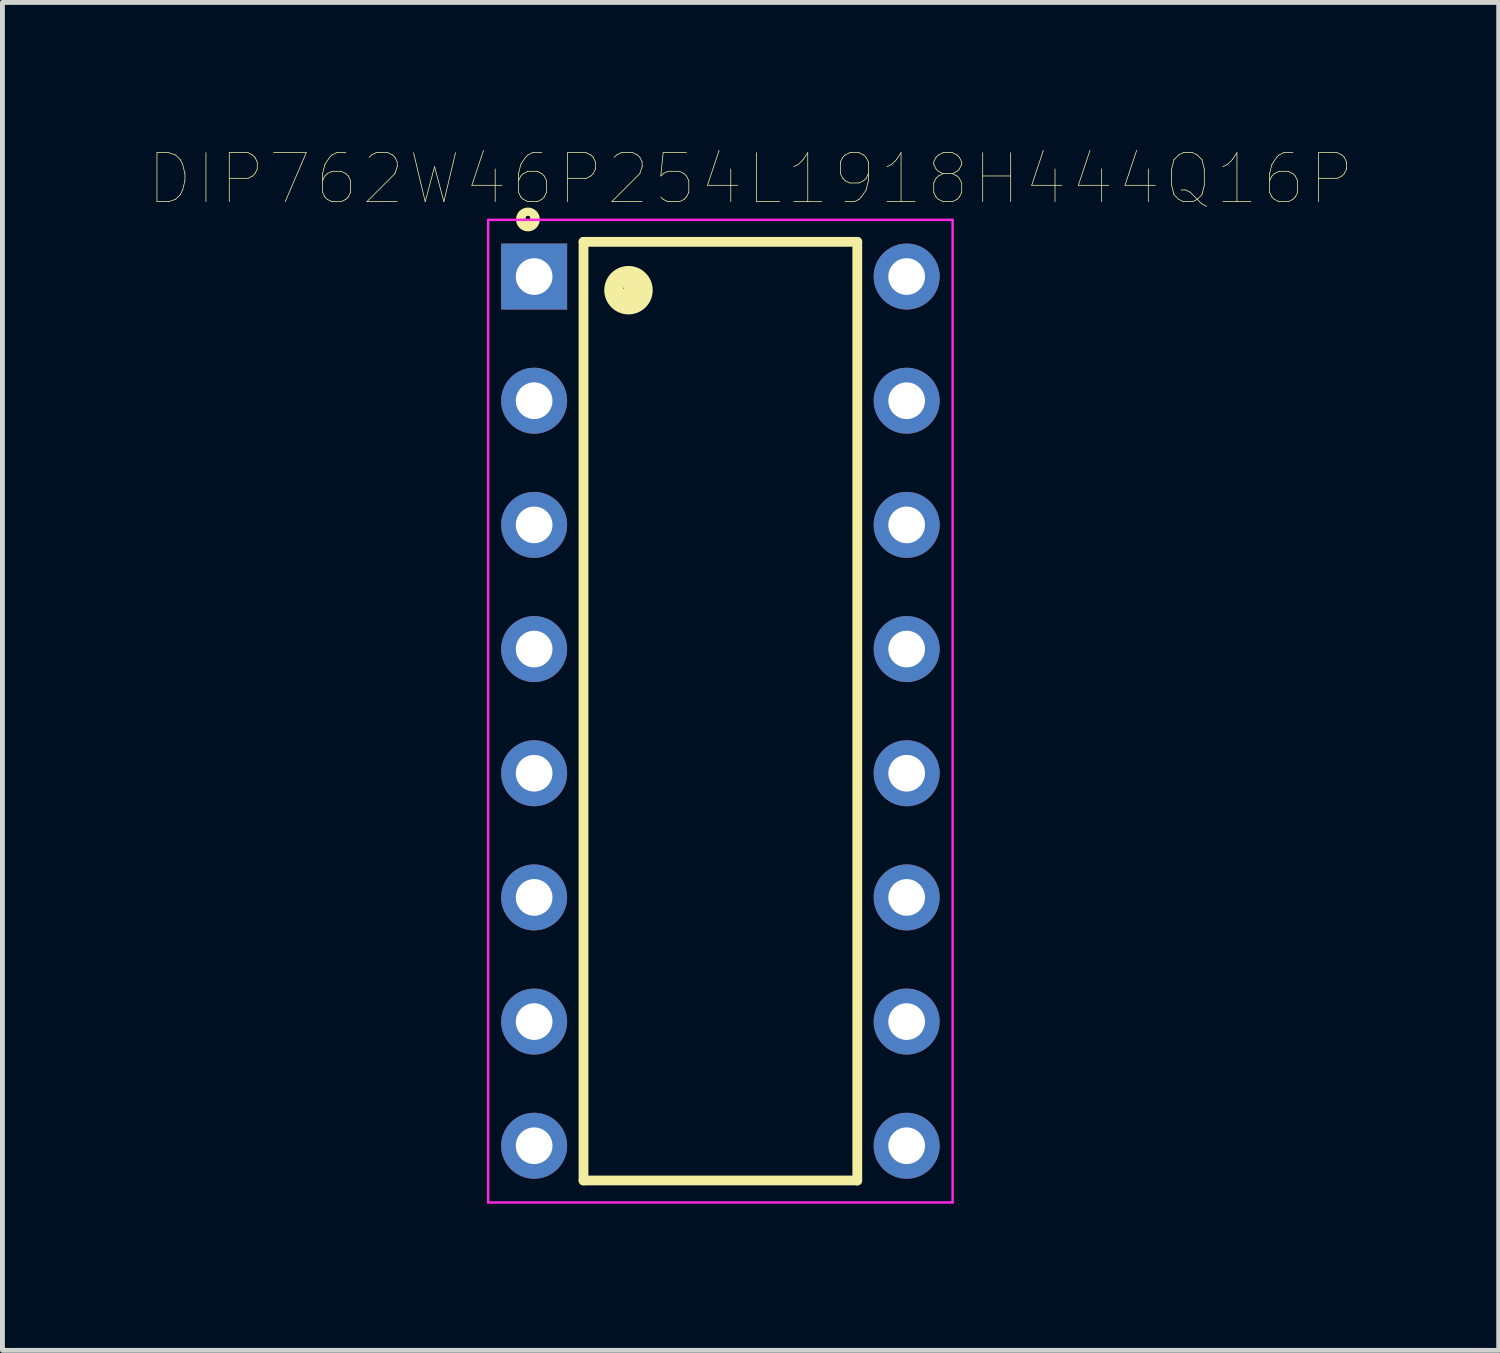
<source format=kicad_pcb>
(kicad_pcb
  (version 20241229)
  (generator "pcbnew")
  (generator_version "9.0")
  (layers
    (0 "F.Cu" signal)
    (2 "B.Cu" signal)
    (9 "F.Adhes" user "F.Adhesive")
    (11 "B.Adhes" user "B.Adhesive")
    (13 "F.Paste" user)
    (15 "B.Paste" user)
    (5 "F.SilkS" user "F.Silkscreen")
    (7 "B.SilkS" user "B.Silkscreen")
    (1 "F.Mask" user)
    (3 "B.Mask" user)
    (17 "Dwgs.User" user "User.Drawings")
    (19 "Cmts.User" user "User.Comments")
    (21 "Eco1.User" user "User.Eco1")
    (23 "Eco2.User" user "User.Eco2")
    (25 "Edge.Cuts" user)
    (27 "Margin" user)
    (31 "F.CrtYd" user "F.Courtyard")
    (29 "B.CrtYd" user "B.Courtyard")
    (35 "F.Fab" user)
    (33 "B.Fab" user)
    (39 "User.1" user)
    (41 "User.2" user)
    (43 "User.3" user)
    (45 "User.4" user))
  (footprint "DIP762W46P254L1918H444Q16P"
    (layer "F.Cu")
    (at 11.686 11.497)
    (property "Reference" "DIP762W46P254L1918H444Q16P" (at 0.618 -10.885 0) (layer "F.SilkS") (effects (font (size 1.002 1.002) (thickness 0.015))))
    (attr through_hole)
    (fp_line (start -2.8 -9.6) (end 2.8 -9.6) (stroke (width 0.2) (type solid)) (layer "F.SilkS"))
    (fp_line (start -2.8 9.6) (end -2.8 -9.6) (stroke (width 0.2) (type solid)) (layer "F.SilkS"))
    (fp_line (start 2.8 -9.6) (end 2.8 9.6) (stroke (width 0.2) (type solid)) (layer "F.SilkS"))
    (fp_line (start 2.8 9.6) (end -2.8 9.6) (stroke (width 0.2) (type solid)) (layer "F.SilkS"))
    (fp_circle (center -3.937 -10.084) (end -3.88 -10.084) (stroke (width 0.127) (type solid)) (fill no) (layer "F.SilkS"))
    (fp_circle (center -3.937 -10.084) (end -3.823 -10.084) (stroke (width 0.127) (type solid)) (fill no) (layer "F.SilkS"))
    (fp_circle (center -3.937 -10.058) (end -3.757 -10.058) (stroke (width 0.127) (type solid)) (fill no) (layer "F.SilkS"))
    (fp_circle (center -1.981 -8.585) (end -1.838 -8.585) (stroke (width 0.127) (type solid)) (fill no) (layer "F.SilkS"))
    (fp_circle (center -1.956 -8.712) (end -1.808 -8.712) (stroke (width 0.127) (type solid)) (fill no) (layer "F.SilkS"))
    (fp_circle (center -1.88 -8.611) (end -1.7 -8.611) (stroke (width 0.127) (type solid)) (fill no) (layer "F.SilkS"))
    (fp_circle (center -1.88 -8.611) (end -1.61 -8.611) (stroke (width 0.127) (type solid)) (fill no) (layer "F.SilkS"))
    (fp_circle (center -1.88 -8.611) (end -1.538 -8.611) (stroke (width 0.127) (type solid)) (fill no) (layer "F.SilkS"))
    (fp_circle (center -1.88 -8.611) (end -1.448 -8.611) (stroke (width 0.127) (type solid)) (fill no) (layer "F.SilkS"))
    (fp_circle (center -1.854 -8.585) (end -1.774 -8.585) (stroke (width 0.127) (type solid)) (fill no) (layer "F.SilkS"))
    (fp_line (start -4.75 -10.05) (end 4.75 -10.05) (stroke (width 0.05) (type solid)) (layer "F.CrtYd"))
    (fp_line (start -4.75 10.05) (end -4.75 -10.05) (stroke (width 0.05) (type solid)) (layer "F.CrtYd"))
    (fp_line (start 4.75 -10.05) (end 4.75 10.05) (stroke (width 0.05) (type solid)) (layer "F.CrtYd"))
    (fp_line (start 4.75 10.05) (end -4.75 10.05) (stroke (width 0.05) (type solid)) (layer "F.CrtYd"))
    (pad "1" thru_hole rect (at -3.81 -8.89) (size 1.35 1.35) (drill 0.75) (layers "*.Cu" "*.Mask"))
    (pad "2" thru_hole circle (at -3.81 -6.35) (size 1.35 1.35) (drill 0.75) (layers "*.Cu" "*.Mask"))
    (pad "3" thru_hole circle (at -3.81 -3.81) (size 1.35 1.35) (drill 0.75) (layers "*.Cu" "*.Mask"))
    (pad "4" thru_hole circle (at -3.81 -1.27) (size 1.35 1.35) (drill 0.75) (layers "*.Cu" "*.Mask"))
    (pad "5" thru_hole circle (at -3.81 1.27) (size 1.35 1.35) (drill 0.75) (layers "*.Cu" "*.Mask"))
    (pad "6" thru_hole circle (at -3.81 3.81) (size 1.35 1.35) (drill 0.75) (layers "*.Cu" "*.Mask"))
    (pad "7" thru_hole circle (at -3.81 6.35) (size 1.35 1.35) (drill 0.75) (layers "*.Cu" "*.Mask"))
    (pad "8" thru_hole circle (at -3.81 8.89) (size 1.35 1.35) (drill 0.75) (layers "*.Cu" "*.Mask"))
    (pad "9" thru_hole circle (at 3.81 8.89) (size 1.35 1.35) (drill 0.75) (layers "*.Cu" "*.Mask"))
    (pad "10" thru_hole circle (at 3.81 6.35) (size 1.35 1.35) (drill 0.75) (layers "*.Cu" "*.Mask"))
    (pad "11" thru_hole circle (at 3.81 3.81) (size 1.35 1.35) (drill 0.75) (layers "*.Cu" "*.Mask"))
    (pad "12" thru_hole circle (at 3.81 1.27) (size 1.35 1.35) (drill 0.75) (layers "*.Cu" "*.Mask"))
    (pad "13" thru_hole circle (at 3.81 -1.27) (size 1.35 1.35) (drill 0.75) (layers "*.Cu" "*.Mask"))
    (pad "14" thru_hole circle (at 3.81 -3.81) (size 1.35 1.35) (drill 0.75) (layers "*.Cu" "*.Mask"))
    (pad "15" thru_hole circle (at 3.81 -6.35) (size 1.35 1.35) (drill 0.75) (layers "*.Cu" "*.Mask"))
    (pad "16" thru_hole circle (at 3.81 -8.89) (size 1.35 1.35) (drill 0.75) (layers "*.Cu" "*.Mask")))
  (gr_rect
    (start -3 -3)
    (end 27.607 24.572)
    (stroke (width 0.1) (type default))
    (fill no)
    (layer "Edge.Cuts")))
</source>
